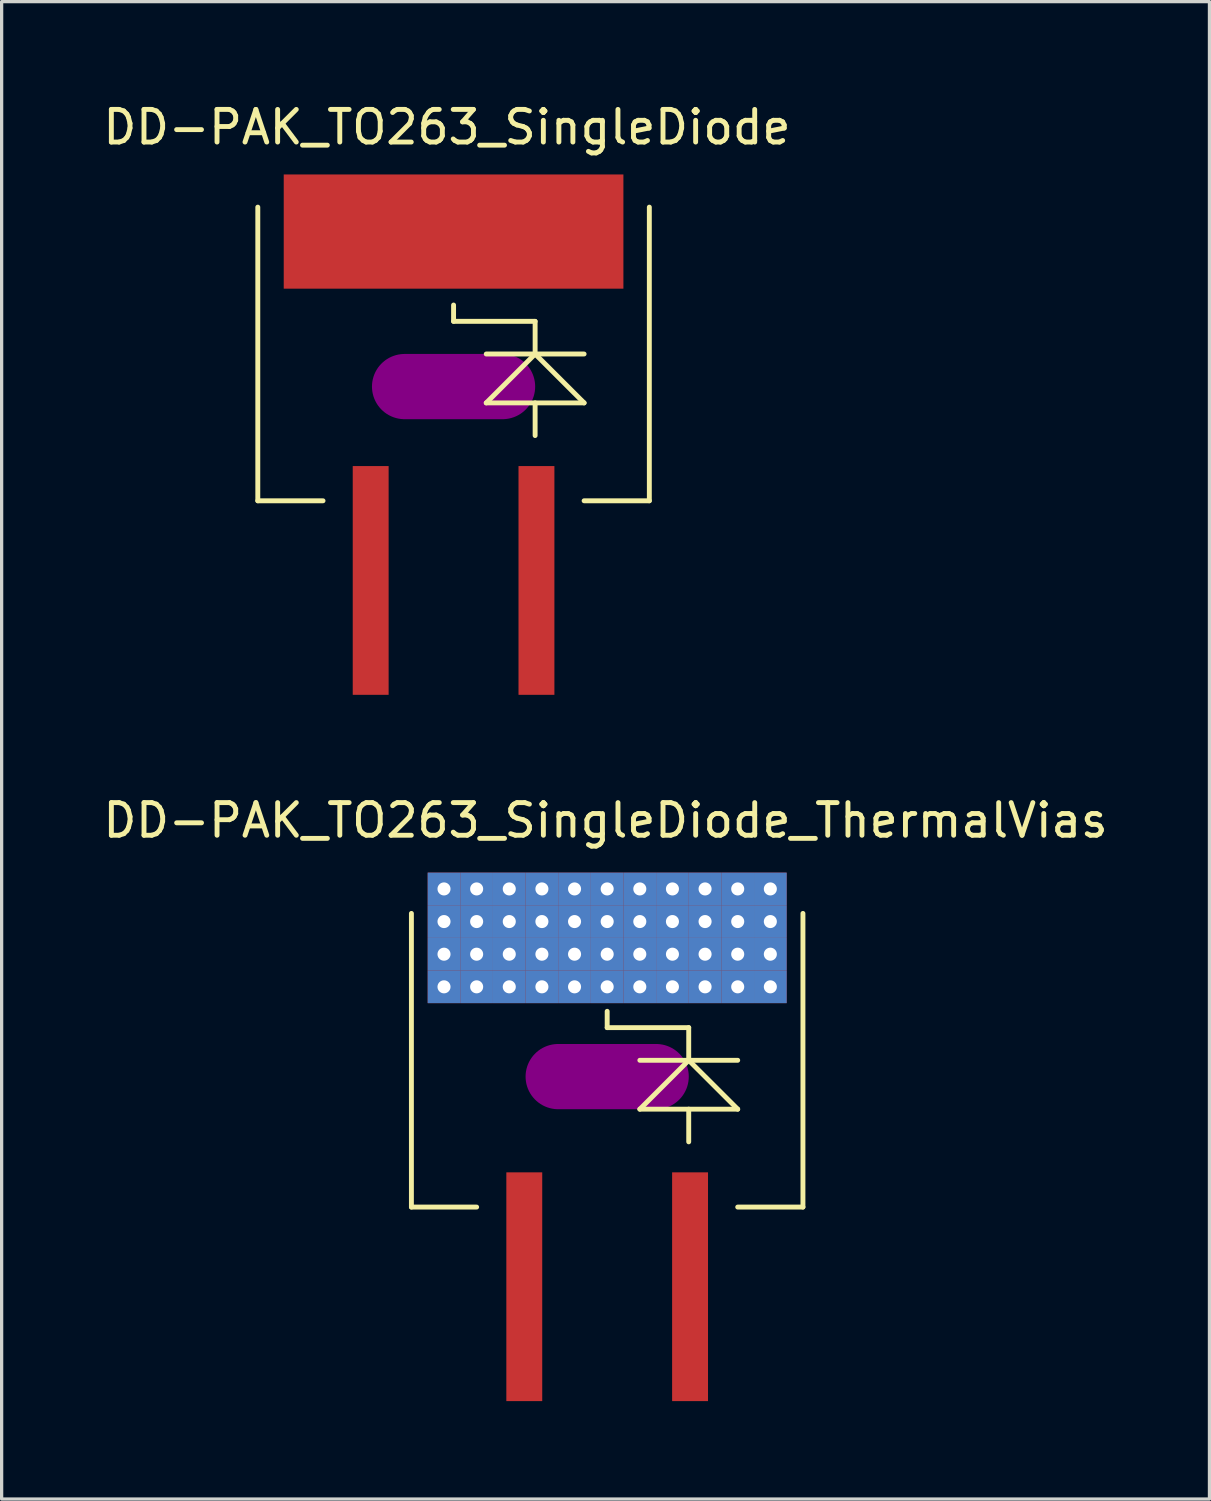
<source format=kicad_pcb>
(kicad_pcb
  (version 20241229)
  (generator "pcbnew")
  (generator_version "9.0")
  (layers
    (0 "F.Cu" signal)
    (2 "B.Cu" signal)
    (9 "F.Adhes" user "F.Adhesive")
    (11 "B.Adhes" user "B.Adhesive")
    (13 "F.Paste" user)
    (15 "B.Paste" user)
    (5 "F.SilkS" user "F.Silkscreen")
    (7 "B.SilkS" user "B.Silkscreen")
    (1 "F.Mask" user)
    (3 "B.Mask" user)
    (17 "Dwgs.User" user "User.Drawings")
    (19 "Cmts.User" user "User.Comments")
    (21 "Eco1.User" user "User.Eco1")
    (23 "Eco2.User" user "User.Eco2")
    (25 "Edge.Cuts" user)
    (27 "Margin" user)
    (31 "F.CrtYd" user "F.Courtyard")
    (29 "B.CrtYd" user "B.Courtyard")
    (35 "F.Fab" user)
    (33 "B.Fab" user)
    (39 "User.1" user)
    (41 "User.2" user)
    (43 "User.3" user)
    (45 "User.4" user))
  (footprint "DD-PAK_TO263_SingleDiode"
    (layer "F.Cu")
    (at 10.849 10.297)
    (property "Reference" "DD-PAK_TO263_SingleDiode" (at -0.201 -9.449 0) (layer "F.SilkS") (effects (font (size 1 1) (thickness 0.15))))
    (attr smd)
    (fp_line (start -5.999 -7) (end -5.999 1.999) (stroke (width 0.15) (type solid)) (layer "F.SilkS"))
    (fp_line (start -5.999 1.999) (end -4 1.999) (stroke (width 0.15) (type solid)) (layer "F.SilkS"))
    (fp_line (start 0 -3.5) (end 0 -4) (stroke (width 0.15) (type solid)) (layer "F.SilkS"))
    (fp_line (start 1.001 -2.499) (end 4 -2.499) (stroke (width 0.15) (type solid)) (layer "F.SilkS"))
    (fp_line (start 1.001 -1.001) (end 4 -1.001) (stroke (width 0.15) (type solid)) (layer "F.SilkS"))
    (fp_line (start 2.499 -3.5) (end 0 -3.5) (stroke (width 0.15) (type solid)) (layer "F.SilkS"))
    (fp_line (start 2.499 -2.499) (end 1.001 -1.001) (stroke (width 0.15) (type solid)) (layer "F.SilkS"))
    (fp_line (start 2.499 -2.499) (end 2.499 -3.5) (stroke (width 0.15) (type solid)) (layer "F.SilkS"))
    (fp_line (start 2.499 -1.001) (end 2.499 0) (stroke (width 0.15) (type solid)) (layer "F.SilkS"))
    (fp_line (start 4 -1.001) (end 2.499 -2.499) (stroke (width 0.15) (type solid)) (layer "F.SilkS"))
    (fp_line (start 4 1.999) (end 5.999 1.999) (stroke (width 0.15) (type solid)) (layer "F.SilkS"))
    (fp_line (start 5.999 1.999) (end 5.999 -7) (stroke (width 0.15) (type solid)) (layer "F.SilkS"))
    (pad "" smd oval (at 0 -1.501) (size 5.001 1.999) (layers "F.Adhes"))
    (pad "1" smd rect (at -2.54 4.44) (size 1.1 7.01) (layers "F.Cu" "F.Mask" "F.Paste"))
    (pad "2" smd rect (at 0 -6.251) (size 10.409 3.5) (layers "F.Cu" "F.Mask" "F.Paste"))
    (pad "3" smd rect (at 2.54 4.44) (size 1.1 7.01) (layers "F.Cu" "F.Mask" "F.Paste")))
  (footprint "DD-PAK_TO263_SingleDiode_ThermalVias"
    (layer "F.Cu")
    (at 15.556 31.94)
    (property "Reference" "DD-PAK_TO263_SingleDiode_ThermalVias" (at -0.05 -9.85 0) (layer "F.SilkS") (effects (font (size 1 1) (thickness 0.15))))
    (attr smd)
    (fp_line (start -5.5 -8.25) (end 5.5 -8.25) (stroke (width 0.45) (type solid)) (layer "F.Mask"))
    (fp_line (start -5.5 -4.25) (end -5.5 -8.25) (stroke (width 0.45) (type solid)) (layer "F.Mask"))
    (fp_line (start -5.25 -7.25) (end 5.25 -7.25) (stroke (width 0.45) (type solid)) (layer "F.Mask"))
    (fp_line (start -5.25 -6.25) (end 5.25 -6.25) (stroke (width 0.45) (type solid)) (layer "F.Mask"))
    (fp_line (start -5.25 -5.25) (end 5.25 -5.25) (stroke (width 0.45) (type solid)) (layer "F.Mask"))
    (fp_line (start -4.5 -8.05) (end -4.5 -4.5) (stroke (width 0.45) (type solid)) (layer "F.Mask"))
    (fp_line (start -3.5 -8.05) (end -3.5 -4.5) (stroke (width 0.45) (type solid)) (layer "F.Mask"))
    (fp_line (start -2.5 -8.05) (end -2.5 -4.5) (stroke (width 0.45) (type solid)) (layer "F.Mask"))
    (fp_line (start -1.5 -8.05) (end -1.5 -4.5) (stroke (width 0.45) (type solid)) (layer "F.Mask"))
    (fp_line (start -0.5 -8.05) (end -0.5 -4.5) (stroke (width 0.45) (type solid)) (layer "F.Mask"))
    (fp_line (start 0.5 -8.05) (end 0.5 -4.5) (stroke (width 0.45) (type solid)) (layer "F.Mask"))
    (fp_line (start 1.5 -8.05) (end 1.5 -4.5) (stroke (width 0.45) (type solid)) (layer "F.Mask"))
    (fp_line (start 2.5 -8.05) (end 2.5 -4.5) (stroke (width 0.45) (type solid)) (layer "F.Mask"))
    (fp_line (start 3.5 -8.05) (end 3.5 -4.5) (stroke (width 0.45) (type solid)) (layer "F.Mask"))
    (fp_line (start 4.5 -8.05) (end 4.5 -4.5) (stroke (width 0.45) (type solid)) (layer "F.Mask"))
    (fp_line (start 5.5 -8.25) (end 5.5 -4.25) (stroke (width 0.45) (type solid)) (layer "F.Mask"))
    (fp_line (start 5.5 -4.25) (end -5.5 -4.25) (stroke (width 0.45) (type solid)) (layer "F.Mask"))
    (fp_circle (center -5 -7.75) (end -4.9 -7.75) (stroke (width 0.215) (type solid)) (fill no) (layer "F.Mask"))
    (fp_circle (center -5 -6.75) (end -4.9 -6.75) (stroke (width 0.215) (type solid)) (fill no) (layer "F.Mask"))
    (fp_circle (center -5 -5.75) (end -4.9 -5.75) (stroke (width 0.215) (type solid)) (fill no) (layer "F.Mask"))
    (fp_circle (center -5 -4.75) (end -4.9 -4.75) (stroke (width 0.215) (type solid)) (fill no) (layer "F.Mask"))
    (fp_circle (center -4 -7.75) (end -3.9 -7.75) (stroke (width 0.215) (type solid)) (fill no) (layer "F.Mask"))
    (fp_circle (center -4 -6.75) (end -3.9 -6.75) (stroke (width 0.215) (type solid)) (fill no) (layer "F.Mask"))
    (fp_circle (center -4 -5.75) (end -3.9 -5.75) (stroke (width 0.215) (type solid)) (fill no) (layer "F.Mask"))
    (fp_circle (center -4 -4.75) (end -3.9 -4.75) (stroke (width 0.215) (type solid)) (fill no) (layer "F.Mask"))
    (fp_circle (center -3 -7.75) (end -2.9 -7.75) (stroke (width 0.215) (type solid)) (fill no) (layer "F.Mask"))
    (fp_circle (center -3 -6.75) (end -2.9 -6.75) (stroke (width 0.215) (type solid)) (fill no) (layer "F.Mask"))
    (fp_circle (center -3 -5.75) (end -2.9 -5.75) (stroke (width 0.215) (type solid)) (fill no) (layer "F.Mask"))
    (fp_circle (center -3 -4.75) (end -2.9 -4.75) (stroke (width 0.215) (type solid)) (fill no) (layer "F.Mask"))
    (fp_circle (center -2 -7.75) (end -1.9 -7.75) (stroke (width 0.215) (type solid)) (fill no) (layer "F.Mask"))
    (fp_circle (center -2 -6.75) (end -1.9 -6.75) (stroke (width 0.215) (type solid)) (fill no) (layer "F.Mask"))
    (fp_circle (center -2 -5.75) (end -1.9 -5.75) (stroke (width 0.215) (type solid)) (fill no) (layer "F.Mask"))
    (fp_circle (center -2 -4.75) (end -1.9 -4.75) (stroke (width 0.215) (type solid)) (fill no) (layer "F.Mask"))
    (fp_circle (center -1 -7.75) (end -0.9 -7.75) (stroke (width 0.215) (type solid)) (fill no) (layer "F.Mask"))
    (fp_circle (center -1 -6.75) (end -0.9 -6.75) (stroke (width 0.215) (type solid)) (fill no) (layer "F.Mask"))
    (fp_circle (center -1 -5.75) (end -0.9 -5.75) (stroke (width 0.215) (type solid)) (fill no) (layer "F.Mask"))
    (fp_circle (center -1 -4.75) (end -0.9 -4.75) (stroke (width 0.215) (type solid)) (fill no) (layer "F.Mask"))
    (fp_circle (center 0 -7.75) (end 0.1 -7.75) (stroke (width 0.215) (type solid)) (fill no) (layer "F.Mask"))
    (fp_circle (center 0 -6.75) (end 0.1 -6.75) (stroke (width 0.215) (type solid)) (fill no) (layer "F.Mask"))
    (fp_circle (center 0 -5.75) (end 0.1 -5.75) (stroke (width 0.215) (type solid)) (fill no) (layer "F.Mask"))
    (fp_circle (center 0 -4.75) (end 0.1 -4.75) (stroke (width 0.215) (type solid)) (fill no) (layer "F.Mask"))
    (fp_circle (center 1 -7.75) (end 1.1 -7.75) (stroke (width 0.215) (type solid)) (fill no) (layer "F.Mask"))
    (fp_circle (center 1 -6.75) (end 1.1 -6.75) (stroke (width 0.215) (type solid)) (fill no) (layer "F.Mask"))
    (fp_circle (center 1 -5.75) (end 1.1 -5.75) (stroke (width 0.215) (type solid)) (fill no) (layer "F.Mask"))
    (fp_circle (center 1 -4.75) (end 1.1 -4.75) (stroke (width 0.215) (type solid)) (fill no) (layer "F.Mask"))
    (fp_circle (center 2 -7.75) (end 2.1 -7.75) (stroke (width 0.215) (type solid)) (fill no) (layer "F.Mask"))
    (fp_circle (center 2 -6.75) (end 2.1 -6.75) (stroke (width 0.215) (type solid)) (fill no) (layer "F.Mask"))
    (fp_circle (center 2 -5.75) (end 2.1 -5.75) (stroke (width 0.215) (type solid)) (fill no) (layer "F.Mask"))
    (fp_circle (center 2 -4.75) (end 2.1 -4.75) (stroke (width 0.215) (type solid)) (fill no) (layer "F.Mask"))
    (fp_circle (center 3 -7.75) (end 3.1 -7.75) (stroke (width 0.215) (type solid)) (fill no) (layer "F.Mask"))
    (fp_circle (center 3 -6.75) (end 3.1 -6.75) (stroke (width 0.215) (type solid)) (fill no) (layer "F.Mask"))
    (fp_circle (center 3 -5.75) (end 3.1 -5.75) (stroke (width 0.215) (type solid)) (fill no) (layer "F.Mask"))
    (fp_circle (center 3 -4.75) (end 3.1 -4.75) (stroke (width 0.215) (type solid)) (fill no) (layer "F.Mask"))
    (fp_circle (center 4 -7.75) (end 4.1 -7.75) (stroke (width 0.215) (type solid)) (fill no) (layer "F.Mask"))
    (fp_circle (center 4 -6.75) (end 4.1 -6.75) (stroke (width 0.215) (type solid)) (fill no) (layer "F.Mask"))
    (fp_circle (center 4 -5.75) (end 4.1 -5.75) (stroke (width 0.215) (type solid)) (fill no) (layer "F.Mask"))
    (fp_circle (center 4 -4.75) (end 4.1 -4.75) (stroke (width 0.215) (type solid)) (fill no) (layer "F.Mask"))
    (fp_circle (center 5 -7.75) (end 5.1 -7.75) (stroke (width 0.215) (type solid)) (fill no) (layer "F.Mask"))
    (fp_circle (center 5 -6.75) (end 5.1 -6.75) (stroke (width 0.215) (type solid)) (fill no) (layer "F.Mask"))
    (fp_circle (center 5 -5.75) (end 5.1 -5.75) (stroke (width 0.215) (type solid)) (fill no) (layer "F.Mask"))
    (fp_circle (center 5 -4.75) (end 5.1 -4.75) (stroke (width 0.215) (type solid)) (fill no) (layer "F.Mask"))
    (fp_line (start -5.999 -7) (end -5.999 1.999) (stroke (width 0.15) (type solid)) (layer "F.SilkS"))
    (fp_line (start -5.999 1.999) (end -4 1.999) (stroke (width 0.15) (type solid)) (layer "F.SilkS"))
    (fp_line (start 0 -3.5) (end 0 -4) (stroke (width 0.15) (type solid)) (layer "F.SilkS"))
    (fp_line (start 1.001 -2.499) (end 4 -2.499) (stroke (width 0.15) (type solid)) (layer "F.SilkS"))
    (fp_line (start 1.001 -1.001) (end 4 -1.001) (stroke (width 0.15) (type solid)) (layer "F.SilkS"))
    (fp_line (start 2.499 -3.5) (end 0 -3.5) (stroke (width 0.15) (type solid)) (layer "F.SilkS"))
    (fp_line (start 2.499 -2.499) (end 1.001 -1.001) (stroke (width 0.15) (type solid)) (layer "F.SilkS"))
    (fp_line (start 2.499 -2.499) (end 2.499 -3.5) (stroke (width 0.15) (type solid)) (layer "F.SilkS"))
    (fp_line (start 2.499 -1.001) (end 2.499 0) (stroke (width 0.15) (type solid)) (layer "F.SilkS"))
    (fp_line (start 4 -1.001) (end 2.499 -2.499) (stroke (width 0.15) (type solid)) (layer "F.SilkS"))
    (fp_line (start 4 1.999) (end 5.999 1.999) (stroke (width 0.15) (type solid)) (layer "F.SilkS"))
    (fp_line (start 5.999 1.999) (end 5.999 -7) (stroke (width 0.15) (type solid)) (layer "F.SilkS"))
    (fp_line (start -5.25 -7.25) (end 5.25 -7.25) (stroke (width 0.45) (type solid)) (layer "F.Paste"))
    (fp_line (start -5.25 -6.25) (end 5.25 -6.25) (stroke (width 0.45) (type solid)) (layer "F.Paste"))
    (fp_line (start -5.25 -5.25) (end 5.25 -5.25) (stroke (width 0.45) (type solid)) (layer "F.Paste"))
    (fp_line (start -4.5 -8.05) (end -4.5 -4.5) (stroke (width 0.45) (type solid)) (layer "F.Paste"))
    (fp_line (start -3.5 -8.05) (end -3.5 -4.5) (stroke (width 0.45) (type solid)) (layer "F.Paste"))
    (fp_line (start -2.5 -8.05) (end -2.5 -4.5) (stroke (width 0.45) (type solid)) (layer "F.Paste"))
    (fp_line (start -1.5 -8.05) (end -1.5 -4.5) (stroke (width 0.45) (type solid)) (layer "F.Paste"))
    (fp_line (start -0.5 -8.05) (end -0.5 -4.5) (stroke (width 0.45) (type solid)) (layer "F.Paste"))
    (fp_line (start 0.5 -8.05) (end 0.5 -4.5) (stroke (width 0.45) (type solid)) (layer "F.Paste"))
    (fp_line (start 1.5 -8.05) (end 1.5 -4.5) (stroke (width 0.45) (type solid)) (layer "F.Paste"))
    (fp_line (start 2.5 -8.05) (end 2.5 -4.5) (stroke (width 0.45) (type solid)) (layer "F.Paste"))
    (fp_line (start 3.5 -8.05) (end 3.5 -4.5) (stroke (width 0.45) (type solid)) (layer "F.Paste"))
    (fp_line (start 4.5 -8.05) (end 4.5 -4.5) (stroke (width 0.45) (type solid)) (layer "F.Paste"))
    (pad "" smd oval (at 0 -1.999) (size 5.001 1.999) (layers "F.Adhes"))
    (pad "1" smd rect (at -2.54 4.44) (size 1.1 7.01) (layers "F.Cu" "F.Mask" "F.Paste"))
    (pad "2" thru_hole rect (at -5 -7.75) (size 1 1) (drill 0.4) (layers "*.Cu" "B.Mask"))
    (pad "2" thru_hole rect (at -5 -6.75) (size 1 1) (drill 0.4) (layers "*.Cu" "B.Mask"))
    (pad "2" thru_hole rect (at -5 -5.75) (size 1 1) (drill 0.4) (layers "*.Cu" "B.Mask"))
    (pad "2" thru_hole rect (at -5 -4.75) (size 1 1) (drill 0.4) (layers "*.Cu" "B.Mask"))
    (pad "2" thru_hole rect (at -4 -7.75) (size 1 1) (drill 0.4) (layers "*.Cu" "B.Mask"))
    (pad "2" thru_hole rect (at -4 -6.75) (size 1 1) (drill 0.4) (layers "*.Cu" "B.Mask"))
    (pad "2" thru_hole rect (at -4 -5.75) (size 1 1) (drill 0.4) (layers "*.Cu" "B.Mask"))
    (pad "2" thru_hole rect (at -4 -4.75) (size 1 1) (drill 0.4) (layers "*.Cu" "B.Mask"))
    (pad "2" thru_hole rect (at -3 -7.75) (size 1 1) (drill 0.4) (layers "*.Cu" "B.Mask"))
    (pad "2" thru_hole rect (at -3 -6.75) (size 1 1) (drill 0.4) (layers "*.Cu" "B.Mask"))
    (pad "2" thru_hole rect (at -3 -5.75) (size 1 1) (drill 0.4) (layers "*.Cu" "B.Mask"))
    (pad "2" thru_hole rect (at -3 -4.75) (size 1 1) (drill 0.4) (layers "*.Cu" "B.Mask"))
    (pad "2" thru_hole rect (at -2 -7.75) (size 1 1) (drill 0.4) (layers "*.Cu" "B.Mask"))
    (pad "2" thru_hole rect (at -2 -6.75) (size 1 1) (drill 0.4) (layers "*.Cu" "B.Mask"))
    (pad "2" thru_hole rect (at -2 -5.75) (size 1 1) (drill 0.4) (layers "*.Cu" "B.Mask"))
    (pad "2" thru_hole rect (at -2 -4.75) (size 1 1) (drill 0.4) (layers "*.Cu" "B.Mask"))
    (pad "2" thru_hole rect (at -1 -7.75) (size 1 1) (drill 0.4) (layers "*.Cu" "B.Mask"))
    (pad "2" thru_hole rect (at -1 -6.75) (size 1 1) (drill 0.4) (layers "*.Cu" "B.Mask"))
    (pad "2" thru_hole rect (at -1 -5.75) (size 1 1) (drill 0.4) (layers "*.Cu" "B.Mask"))
    (pad "2" thru_hole rect (at -1 -4.75) (size 1 1) (drill 0.4) (layers "*.Cu" "B.Mask"))
    (pad "2" thru_hole rect (at 0 -7.75) (size 1 1) (drill 0.4) (layers "*.Cu" "B.Mask"))
    (pad "2" thru_hole rect (at 0 -6.75) (size 1 1) (drill 0.4) (layers "*.Cu" "B.Mask"))
    (pad "2" thru_hole rect (at 0 -5.75) (size 1 1) (drill 0.4) (layers "*.Cu" "B.Mask"))
    (pad "2" thru_hole rect (at 0 -4.75) (size 1 1) (drill 0.4) (layers "*.Cu" "B.Mask"))
    (pad "2" thru_hole rect (at 1 -7.75) (size 1 1) (drill 0.4) (layers "*.Cu" "B.Mask"))
    (pad "2" thru_hole rect (at 1 -6.75) (size 1 1) (drill 0.4) (layers "*.Cu" "B.Mask"))
    (pad "2" thru_hole rect (at 1 -5.75) (size 1 1) (drill 0.4) (layers "*.Cu" "B.Mask"))
    (pad "2" thru_hole rect (at 1 -4.75) (size 1 1) (drill 0.4) (layers "*.Cu" "B.Mask"))
    (pad "2" thru_hole rect (at 2 -7.75) (size 1 1) (drill 0.4) (layers "*.Cu" "B.Mask"))
    (pad "2" thru_hole rect (at 2 -6.75) (size 1 1) (drill 0.4) (layers "*.Cu" "B.Mask"))
    (pad "2" thru_hole rect (at 2 -5.75) (size 1 1) (drill 0.4) (layers "*.Cu" "B.Mask"))
    (pad "2" thru_hole rect (at 2 -4.75) (size 1 1) (drill 0.4) (layers "*.Cu" "B.Mask"))
    (pad "2" thru_hole rect (at 3 -7.75) (size 1 1) (drill 0.4) (layers "*.Cu" "B.Mask"))
    (pad "2" thru_hole rect (at 3 -6.75) (size 1 1) (drill 0.4) (layers "*.Cu" "B.Mask"))
    (pad "2" thru_hole rect (at 3 -5.75) (size 1 1) (drill 0.4) (layers "*.Cu" "B.Mask"))
    (pad "2" thru_hole rect (at 3 -4.75) (size 1 1) (drill 0.4) (layers "*.Cu" "B.Mask"))
    (pad "2" thru_hole rect (at 4 -7.75) (size 1 1) (drill 0.4) (layers "*.Cu" "B.Mask"))
    (pad "2" thru_hole rect (at 4 -6.75) (size 1 1) (drill 0.4) (layers "*.Cu" "B.Mask"))
    (pad "2" thru_hole rect (at 4 -5.75) (size 1 1) (drill 0.4) (layers "*.Cu" "B.Mask"))
    (pad "2" thru_hole rect (at 4 -4.75) (size 1 1) (drill 0.4) (layers "*.Cu" "B.Mask"))
    (pad "2" thru_hole rect (at 5 -7.75) (size 1 1) (drill 0.4) (layers "*.Cu" "B.Mask"))
    (pad "2" thru_hole rect (at 5 -6.75) (size 1 1) (drill 0.4) (layers "*.Cu" "B.Mask"))
    (pad "2" thru_hole rect (at 5 -5.75) (size 1 1) (drill 0.4) (layers "*.Cu" "B.Mask"))
    (pad "2" thru_hole rect (at 5 -4.75) (size 1 1) (drill 0.4) (layers "*.Cu" "B.Mask"))
    (pad "3" smd rect (at 2.54 4.44) (size 1.1 7.01) (layers "F.Cu" "F.Mask" "F.Paste")))
  (gr_rect
    (start -3 -3)
    (end 34.012 42.886)
    (stroke (width 0.1) (type default))
    (fill no)
    (layer "Edge.Cuts")))
</source>
